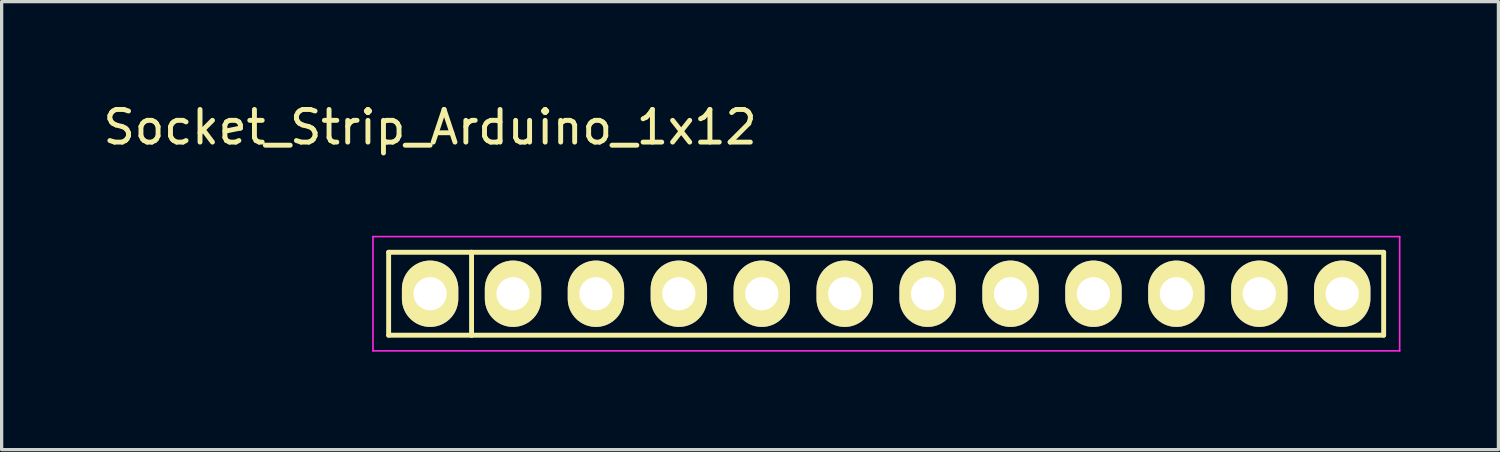
<source format=kicad_pcb>
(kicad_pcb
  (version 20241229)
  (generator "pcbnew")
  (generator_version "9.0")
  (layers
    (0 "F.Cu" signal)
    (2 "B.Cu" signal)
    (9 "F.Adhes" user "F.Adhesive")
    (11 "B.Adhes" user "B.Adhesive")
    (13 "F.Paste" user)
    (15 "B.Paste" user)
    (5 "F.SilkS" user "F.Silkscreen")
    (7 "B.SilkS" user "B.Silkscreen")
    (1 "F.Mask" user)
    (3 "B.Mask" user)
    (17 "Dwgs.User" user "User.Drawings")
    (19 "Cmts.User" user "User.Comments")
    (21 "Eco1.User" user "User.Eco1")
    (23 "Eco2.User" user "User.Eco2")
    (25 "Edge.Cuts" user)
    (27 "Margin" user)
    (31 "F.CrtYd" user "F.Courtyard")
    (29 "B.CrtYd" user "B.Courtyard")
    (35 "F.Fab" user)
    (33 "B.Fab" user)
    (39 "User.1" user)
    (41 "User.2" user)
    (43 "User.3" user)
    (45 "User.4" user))
  (footprint "Socket_Strip_Arduino_1x12"
    (layer "F.Cu")
    (at 10.125 5.948)
    (property "Reference" "Socket_Strip_Arduino_1x12" (at 0 -5.1 0) (layer "F.SilkS") (effects (font (size 1 1) (thickness 0.15))))
    (attr through_hole)
    (fp_line (start -1.27 -1.27) (end -1.27 1.27) (stroke (width 0.15) (type solid)) (layer "F.SilkS"))
    (fp_line (start -1.27 1.27) (end 1.27 1.27) (stroke (width 0.15) (type solid)) (layer "F.SilkS"))
    (fp_line (start 1.27 -1.27) (end -1.27 -1.27) (stroke (width 0.15) (type solid)) (layer "F.SilkS"))
    (fp_line (start 1.27 1.27) (end 1.27 -1.27) (stroke (width 0.15) (type solid)) (layer "F.SilkS"))
    (fp_line (start 1.27 1.27) (end 29.21 1.27) (stroke (width 0.15) (type solid)) (layer "F.SilkS"))
    (fp_line (start 29.21 -1.27) (end 1.27 -1.27) (stroke (width 0.15) (type solid)) (layer "F.SilkS"))
    (fp_line (start 29.21 1.27) (end 29.21 -1.27) (stroke (width 0.15) (type solid)) (layer "F.SilkS"))
    (fp_line (start -1.75 -1.75) (end -1.75 1.75) (stroke (width 0.05) (type solid)) (layer "F.CrtYd"))
    (fp_line (start -1.75 -1.75) (end 29.7 -1.75) (stroke (width 0.05) (type solid)) (layer "F.CrtYd"))
    (fp_line (start -1.75 1.75) (end 29.7 1.75) (stroke (width 0.05) (type solid)) (layer "F.CrtYd"))
    (fp_line (start 29.7 -1.75) (end 29.7 1.75) (stroke (width 0.05) (type solid)) (layer "F.CrtYd"))
    (pad "1" thru_hole oval (at 0 0) (size 1.727 2.032) (drill 1.016) (layers "*.Cu" "*.Mask" "F.SilkS"))
    (pad "2" thru_hole oval (at 2.54 0) (size 1.727 2.032) (drill 1.016) (layers "*.Cu" "*.Mask" "F.SilkS"))
    (pad "3" thru_hole oval (at 5.08 0) (size 1.727 2.032) (drill 1.016) (layers "*.Cu" "*.Mask" "F.SilkS"))
    (pad "4" thru_hole oval (at 7.62 0) (size 1.727 2.032) (drill 1.016) (layers "*.Cu" "*.Mask" "F.SilkS"))
    (pad "5" thru_hole oval (at 10.16 0) (size 1.727 2.032) (drill 1.016) (layers "*.Cu" "*.Mask" "F.SilkS"))
    (pad "6" thru_hole oval (at 12.7 0) (size 1.727 2.032) (drill 1.016) (layers "*.Cu" "*.Mask" "F.SilkS"))
    (pad "7" thru_hole oval (at 15.24 0) (size 1.727 2.032) (drill 1.016) (layers "*.Cu" "*.Mask" "F.SilkS"))
    (pad "8" thru_hole oval (at 17.78 0) (size 1.727 2.032) (drill 1.016) (layers "*.Cu" "*.Mask" "F.SilkS"))
    (pad "9" thru_hole oval (at 20.32 0) (size 1.727 2.032) (drill 1.016) (layers "*.Cu" "*.Mask" "F.SilkS"))
    (pad "10" thru_hole oval (at 22.86 0) (size 1.727 2.032) (drill 1.016) (layers "*.Cu" "*.Mask" "F.SilkS"))
    (pad "11" thru_hole oval (at 25.4 0) (size 1.727 2.032) (drill 1.016) (layers "*.Cu" "*.Mask" "F.SilkS"))
    (pad "12" thru_hole oval (at 27.94 0) (size 1.727 2.032) (drill 1.016) (layers "*.Cu" "*.Mask" "F.SilkS")))
  (gr_rect
    (start -3 -3)
    (end 42.85 10.723)
    (stroke (width 0.1) (type default))
    (fill no)
    (layer "Edge.Cuts")))
</source>
